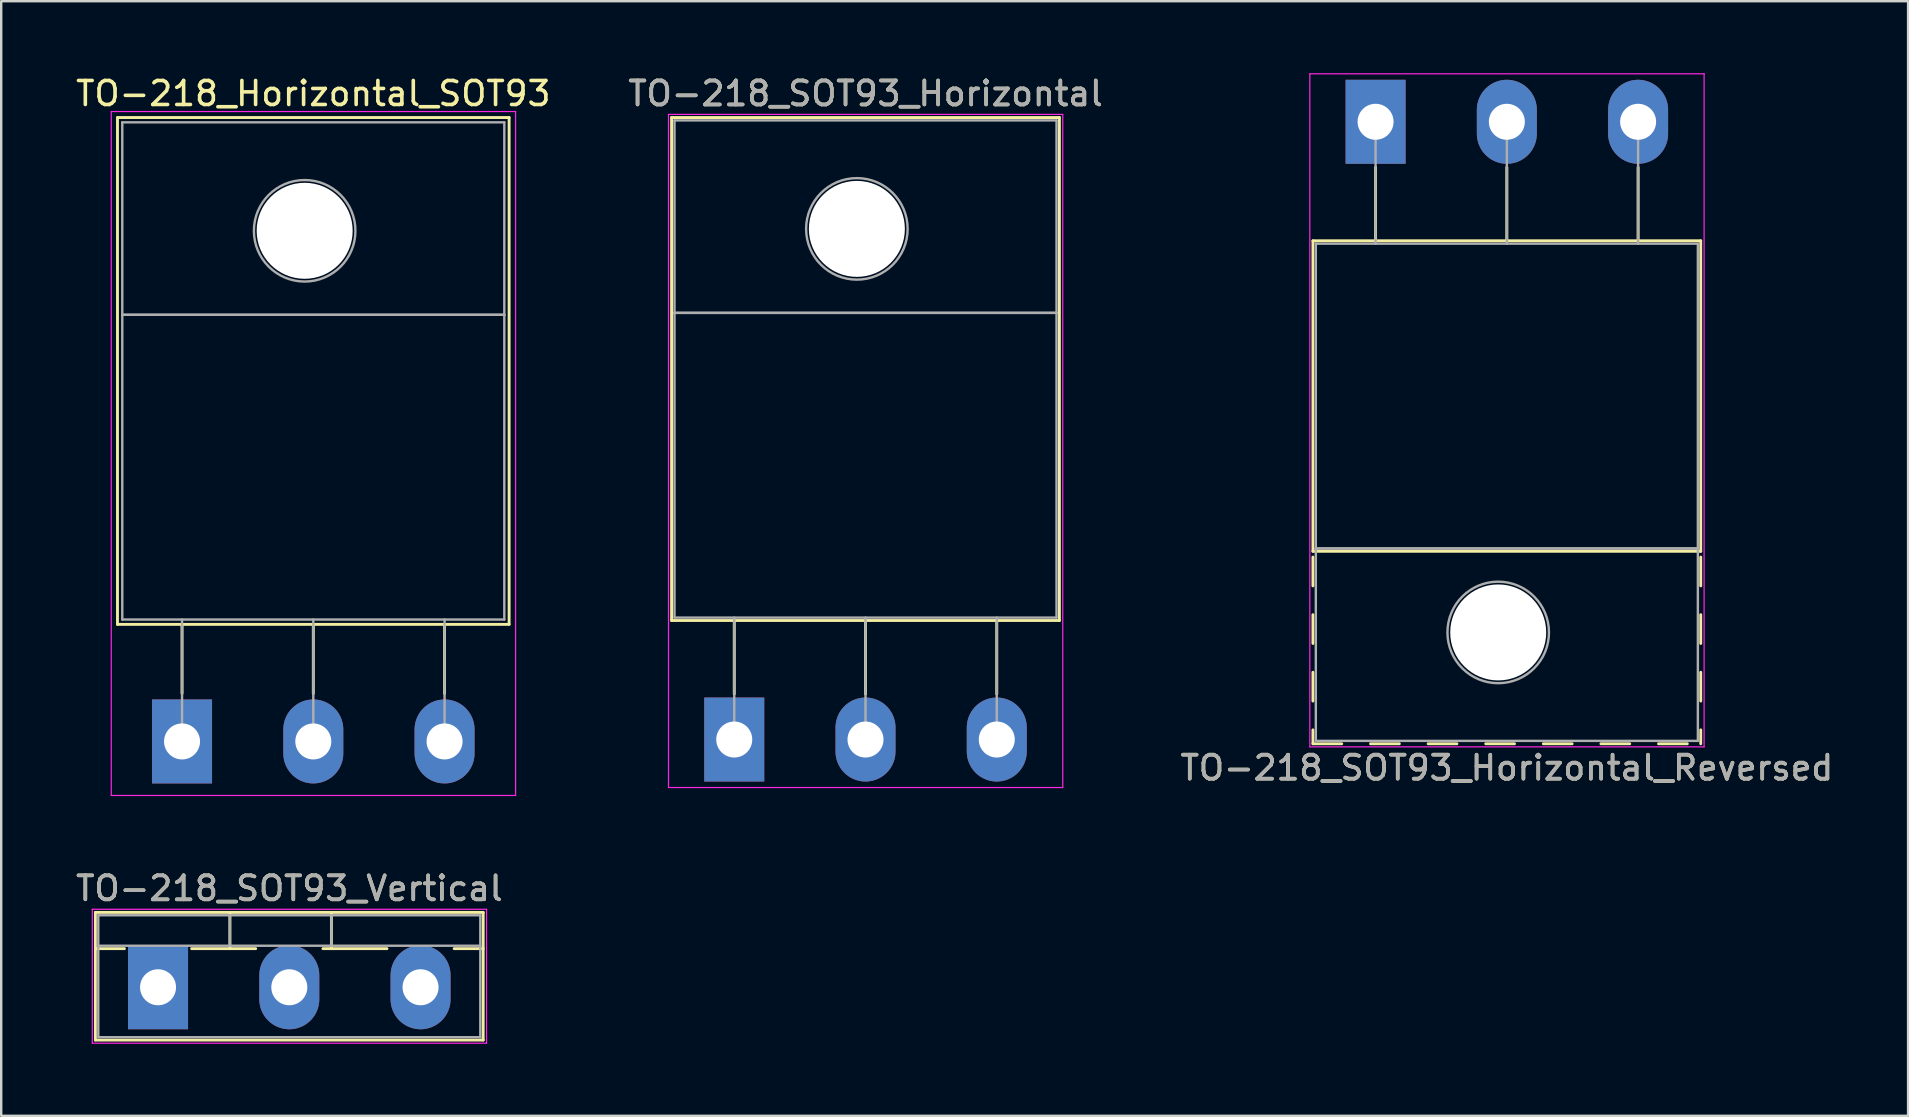
<source format=kicad_pcb>
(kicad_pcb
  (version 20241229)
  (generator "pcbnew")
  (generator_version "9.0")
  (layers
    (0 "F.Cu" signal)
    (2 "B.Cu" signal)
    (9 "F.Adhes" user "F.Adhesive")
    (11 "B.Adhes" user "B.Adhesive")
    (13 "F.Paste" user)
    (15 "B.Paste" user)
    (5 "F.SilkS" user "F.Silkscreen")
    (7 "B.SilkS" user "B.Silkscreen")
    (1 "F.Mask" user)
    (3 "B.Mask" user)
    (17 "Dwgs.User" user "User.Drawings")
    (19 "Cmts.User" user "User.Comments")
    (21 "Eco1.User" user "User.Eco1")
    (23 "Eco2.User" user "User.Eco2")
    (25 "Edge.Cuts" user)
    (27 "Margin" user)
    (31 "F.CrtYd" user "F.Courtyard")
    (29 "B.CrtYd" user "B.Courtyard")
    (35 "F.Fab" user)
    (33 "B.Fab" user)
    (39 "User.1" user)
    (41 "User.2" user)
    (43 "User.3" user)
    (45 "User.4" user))
  (footprint "TO-218_SOT93_Horizontal_Reversed"
    (layer "F.Cu")
    (at 54.274 2.025)
    (property "Reference" "TO-218_SOT93_Horizontal_Reversed" (at 5.47 26.92 0) (layer "F.SilkS") (effects (font (size 1 1) (thickness 0.15))))
    (attr through_hole)
    (fp_line (start -2.611 4.96) (end -2.611 17.9) (stroke (width 0.12) (type solid)) (layer "F.SilkS"))
    (fp_line (start -2.611 4.96) (end 13.55 4.96) (stroke (width 0.12) (type solid)) (layer "F.SilkS"))
    (fp_line (start -2.611 17.9) (end 13.55 17.9) (stroke (width 0.12) (type solid)) (layer "F.SilkS"))
    (fp_line (start -2.611 18.14) (end -2.611 19.34) (stroke (width 0.12) (type solid)) (layer "F.SilkS"))
    (fp_line (start -2.611 20.54) (end -2.611 21.74) (stroke (width 0.12) (type solid)) (layer "F.SilkS"))
    (fp_line (start -2.611 22.94) (end -2.611 24.14) (stroke (width 0.12) (type solid)) (layer "F.SilkS"))
    (fp_line (start -2.611 25.34) (end -2.611 25.92) (stroke (width 0.12) (type solid)) (layer "F.SilkS"))
    (fp_line (start -2.611 25.92) (end -1.411 25.92) (stroke (width 0.12) (type solid)) (layer "F.SilkS"))
    (fp_line (start -0.211 25.92) (end 0.99 25.92) (stroke (width 0.12) (type solid)) (layer "F.SilkS"))
    (fp_line (start 0 1.9) (end 0 4.96) (stroke (width 0.12) (type solid)) (layer "F.SilkS"))
    (fp_line (start 2.19 25.92) (end 3.39 25.92) (stroke (width 0.12) (type solid)) (layer "F.SilkS"))
    (fp_line (start 4.59 25.92) (end 5.79 25.92) (stroke (width 0.12) (type solid)) (layer "F.SilkS"))
    (fp_line (start 5.47 1.9) (end 5.47 4.96) (stroke (width 0.12) (type solid)) (layer "F.SilkS"))
    (fp_line (start 6.99 25.92) (end 8.19 25.92) (stroke (width 0.12) (type solid)) (layer "F.SilkS"))
    (fp_line (start 9.39 25.92) (end 10.59 25.92) (stroke (width 0.12) (type solid)) (layer "F.SilkS"))
    (fp_line (start 10.94 1.9) (end 10.94 4.96) (stroke (width 0.12) (type solid)) (layer "F.SilkS"))
    (fp_line (start 11.79 25.92) (end 12.99 25.92) (stroke (width 0.12) (type solid)) (layer "F.SilkS"))
    (fp_line (start 13.55 4.96) (end 13.55 17.9) (stroke (width 0.12) (type solid)) (layer "F.SilkS"))
    (fp_line (start 13.55 18.14) (end 13.55 19.34) (stroke (width 0.12) (type solid)) (layer "F.SilkS"))
    (fp_line (start 13.55 20.54) (end 13.55 21.74) (stroke (width 0.12) (type solid)) (layer "F.SilkS"))
    (fp_line (start 13.55 22.94) (end 13.55 24.14) (stroke (width 0.12) (type solid)) (layer "F.SilkS"))
    (fp_line (start 13.55 25.34) (end 13.55 25.92) (stroke (width 0.12) (type solid)) (layer "F.SilkS"))
    (fp_line (start -2.74 -2) (end -2.74 26.05) (stroke (width 0.05) (type solid)) (layer "F.CrtYd"))
    (fp_line (start -2.74 26.05) (end 13.69 26.05) (stroke (width 0.05) (type solid)) (layer "F.CrtYd"))
    (fp_line (start 13.69 -2) (end -2.74 -2) (stroke (width 0.05) (type solid)) (layer "F.CrtYd"))
    (fp_line (start 13.69 26.05) (end 13.69 -2) (stroke (width 0.05) (type solid)) (layer "F.CrtYd"))
    (fp_line (start -2.49 5.08) (end -2.49 17.78) (stroke (width 0.1) (type solid)) (layer "F.Fab"))
    (fp_line (start -2.49 17.78) (end -2.49 25.8) (stroke (width 0.1) (type solid)) (layer "F.Fab"))
    (fp_line (start -2.49 17.78) (end 13.43 17.78) (stroke (width 0.1) (type solid)) (layer "F.Fab"))
    (fp_line (start -2.49 25.8) (end 13.43 25.8) (stroke (width 0.1) (type solid)) (layer "F.Fab"))
    (fp_line (start 0 5.08) (end 0 0) (stroke (width 0.1) (type solid)) (layer "F.Fab"))
    (fp_line (start 5.47 5.08) (end 5.47 0) (stroke (width 0.1) (type solid)) (layer "F.Fab"))
    (fp_line (start 10.94 5.08) (end 10.94 0) (stroke (width 0.1) (type solid)) (layer "F.Fab"))
    (fp_line (start 13.43 5.08) (end -2.49 5.08) (stroke (width 0.1) (type solid)) (layer "F.Fab"))
    (fp_line (start 13.43 17.78) (end -2.49 17.78) (stroke (width 0.1) (type solid)) (layer "F.Fab"))
    (fp_line (start 13.43 17.78) (end 13.43 5.08) (stroke (width 0.1) (type solid)) (layer "F.Fab"))
    (fp_line (start 13.43 25.8) (end 13.43 17.78) (stroke (width 0.1) (type solid)) (layer "F.Fab"))
    (fp_circle (center 5.11 21.28) (end 7.225 21.28) (stroke (width 0.1) (type solid)) (fill no) (layer "F.Fab"))
    (fp_text user "${REFERENCE}" (at 5.47 26.92 0) (layer "F.Fab") (effects (font (size 1 1) (thickness 0.15))))
    (pad "" np_thru_hole oval (at 5.11 21.28) (size 4 4) (drill 4) (layers "*.Cu" "*.Mask"))
    (pad "1" thru_hole rect (at 0 0) (size 2.5 3.5) (drill 1.5) (layers "*.Cu" "*.Mask"))
    (pad "2" thru_hole oval (at 5.47 0) (size 2.5 3.5) (drill 1.5) (layers "*.Cu" "*.Mask"))
    (pad "3" thru_hole oval (at 10.94 0) (size 2.5 3.5) (drill 1.5) (layers "*.Cu" "*.Mask")))
  (footprint "TO-218_SOT93_Horizontal"
    (layer "F.Cu")
    (at 27.548 27.768)
    (property "Reference" "TO-218_SOT93_Horizontal" (at 5.47 -26.92 0) (layer "F.SilkS") (effects (font (size 1 1) (thickness 0.15))))
    (attr through_hole)
    (fp_line (start -2.611 -25.92) (end -2.611 -4.96) (stroke (width 0.12) (type solid)) (layer "F.SilkS"))
    (fp_line (start -2.611 -25.92) (end 13.55 -25.92) (stroke (width 0.12) (type solid)) (layer "F.SilkS"))
    (fp_line (start -2.611 -4.96) (end 13.55 -4.96) (stroke (width 0.12) (type solid)) (layer "F.SilkS"))
    (fp_line (start 0 -4.96) (end 0 -1.9) (stroke (width 0.12) (type solid)) (layer "F.SilkS"))
    (fp_line (start 5.47 -4.96) (end 5.47 -1.9) (stroke (width 0.12) (type solid)) (layer "F.SilkS"))
    (fp_line (start 10.94 -4.96) (end 10.94 -1.9) (stroke (width 0.12) (type solid)) (layer "F.SilkS"))
    (fp_line (start 13.55 -25.92) (end 13.55 -4.96) (stroke (width 0.12) (type solid)) (layer "F.SilkS"))
    (fp_line (start -2.74 -26.05) (end -2.74 2) (stroke (width 0.05) (type solid)) (layer "F.CrtYd"))
    (fp_line (start -2.74 2) (end 13.69 2) (stroke (width 0.05) (type solid)) (layer "F.CrtYd"))
    (fp_line (start 13.69 -26.05) (end -2.74 -26.05) (stroke (width 0.05) (type solid)) (layer "F.CrtYd"))
    (fp_line (start 13.69 2) (end 13.69 -26.05) (stroke (width 0.05) (type solid)) (layer "F.CrtYd"))
    (fp_line (start -2.49 -25.8) (end 13.43 -25.8) (stroke (width 0.1) (type solid)) (layer "F.Fab"))
    (fp_line (start -2.49 -17.78) (end -2.49 -25.8) (stroke (width 0.1) (type solid)) (layer "F.Fab"))
    (fp_line (start -2.49 -17.78) (end 13.43 -17.78) (stroke (width 0.1) (type solid)) (layer "F.Fab"))
    (fp_line (start -2.49 -5.08) (end -2.49 -17.78) (stroke (width 0.1) (type solid)) (layer "F.Fab"))
    (fp_line (start 0 -5.08) (end 0 0) (stroke (width 0.1) (type solid)) (layer "F.Fab"))
    (fp_line (start 5.47 -5.08) (end 5.47 0) (stroke (width 0.1) (type solid)) (layer "F.Fab"))
    (fp_line (start 10.94 -5.08) (end 10.94 0) (stroke (width 0.1) (type solid)) (layer "F.Fab"))
    (fp_line (start 13.43 -25.8) (end 13.43 -17.78) (stroke (width 0.1) (type solid)) (layer "F.Fab"))
    (fp_line (start 13.43 -17.78) (end -2.49 -17.78) (stroke (width 0.1) (type solid)) (layer "F.Fab"))
    (fp_line (start 13.43 -17.78) (end 13.43 -5.08) (stroke (width 0.1) (type solid)) (layer "F.Fab"))
    (fp_line (start 13.43 -5.08) (end -2.49 -5.08) (stroke (width 0.1) (type solid)) (layer "F.Fab"))
    (fp_circle (center 5.11 -21.28) (end 7.225 -21.28) (stroke (width 0.1) (type solid)) (fill no) (layer "F.Fab"))
    (fp_text user "${REFERENCE}" (at 5.47 -26.92 0) (layer "F.Fab") (effects (font (size 1 1) (thickness 0.15))))
    (pad "" np_thru_hole oval (at 5.11 -21.28) (size 4 4) (drill 4) (layers "*.Cu" "*.Mask"))
    (pad "1" thru_hole rect (at 0 0) (size 2.5 3.5) (drill 1.5) (layers "*.Cu" "*.Mask"))
    (pad "2" thru_hole oval (at 5.47 0) (size 2.5 3.5) (drill 1.5) (layers "*.Cu" "*.Mask"))
    (pad "3" thru_hole oval (at 10.94 0) (size 2.5 3.5) (drill 1.5) (layers "*.Cu" "*.Mask")))
  (footprint "TO-218_SOT93_Vertical"
    (layer "F.Cu")
    (at 3.536 38.092)
    (property "Reference" "TO-218_SOT93_Vertical" (at 5.47 -4.12 0) (layer "F.SilkS") (effects (font (size 1 1) (thickness 0.15))))
    (attr through_hole)
    (fp_line (start -2.611 -3.12) (end -2.611 2.2) (stroke (width 0.12) (type solid)) (layer "F.SilkS"))
    (fp_line (start -2.611 -3.12) (end 13.55 -3.12) (stroke (width 0.12) (type solid)) (layer "F.SilkS"))
    (fp_line (start -2.611 -1.61) (end -1.4 -1.61) (stroke (width 0.12) (type solid)) (layer "F.SilkS"))
    (fp_line (start -2.611 2.2) (end 13.55 2.2) (stroke (width 0.12) (type solid)) (layer "F.SilkS"))
    (fp_line (start 1.4 -1.61) (end 4.07 -1.61) (stroke (width 0.12) (type solid)) (layer "F.SilkS"))
    (fp_line (start 2.995 -3.12) (end 2.995 -1.61) (stroke (width 0.12) (type solid)) (layer "F.SilkS"))
    (fp_line (start 6.87 -1.61) (end 9.54 -1.61) (stroke (width 0.12) (type solid)) (layer "F.SilkS"))
    (fp_line (start 7.225 -3.12) (end 7.225 -1.61) (stroke (width 0.12) (type solid)) (layer "F.SilkS"))
    (fp_line (start 12.34 -1.61) (end 13.55 -1.61) (stroke (width 0.12) (type solid)) (layer "F.SilkS"))
    (fp_line (start 13.55 -3.12) (end 13.55 2.2) (stroke (width 0.12) (type solid)) (layer "F.SilkS"))
    (fp_line (start -2.74 -3.25) (end -2.74 2.33) (stroke (width 0.05) (type solid)) (layer "F.CrtYd"))
    (fp_line (start -2.74 2.33) (end 13.69 2.33) (stroke (width 0.05) (type solid)) (layer "F.CrtYd"))
    (fp_line (start 13.69 -3.25) (end -2.74 -3.25) (stroke (width 0.05) (type solid)) (layer "F.CrtYd"))
    (fp_line (start 13.69 2.33) (end 13.69 -3.25) (stroke (width 0.05) (type solid)) (layer "F.CrtYd"))
    (fp_line (start -2.49 -3) (end -2.49 2.08) (stroke (width 0.1) (type solid)) (layer "F.Fab"))
    (fp_line (start -2.49 -1.73) (end 13.43 -1.73) (stroke (width 0.1) (type solid)) (layer "F.Fab"))
    (fp_line (start -2.49 2.08) (end 13.43 2.08) (stroke (width 0.1) (type solid)) (layer "F.Fab"))
    (fp_line (start 2.995 -3) (end 2.995 -1.73) (stroke (width 0.1) (type solid)) (layer "F.Fab"))
    (fp_line (start 7.225 -3) (end 7.225 -1.73) (stroke (width 0.1) (type solid)) (layer "F.Fab"))
    (fp_line (start 13.43 -3) (end -2.49 -3) (stroke (width 0.1) (type solid)) (layer "F.Fab"))
    (fp_line (start 13.43 2.08) (end 13.43 -3) (stroke (width 0.1) (type solid)) (layer "F.Fab"))
    (fp_text user "${REFERENCE}" (at 5.47 -4.12 0) (layer "F.Fab") (effects (font (size 1 1) (thickness 0.15))))
    (pad "1" thru_hole rect (at 0 0) (size 2.5 3.5) (drill 1.5) (layers "*.Cu" "*.Mask"))
    (pad "2" thru_hole oval (at 5.47 0) (size 2.5 3.5) (drill 1.5) (layers "*.Cu" "*.Mask"))
    (pad "3" thru_hole oval (at 10.94 0) (size 2.5 3.5) (drill 1.5) (layers "*.Cu" "*.Mask")))
  (footprint "TO-218_Horizontal_SOT93"
    (layer "F.Cu")
    (at 4.536 27.848)
    (property "Reference" "TO-218_Horizontal_SOT93" (at 5.47 -27 0) (layer "F.SilkS") (effects (font (size 1 1) (thickness 0.15))))
    (attr through_hole)
    (fp_line (start -2.691 -26) (end -2.691 -4.88) (stroke (width 0.12) (type solid)) (layer "F.SilkS"))
    (fp_line (start -2.691 -26) (end 13.63 -26) (stroke (width 0.12) (type solid)) (layer "F.SilkS"))
    (fp_line (start -2.691 -4.88) (end 13.63 -4.88) (stroke (width 0.12) (type solid)) (layer "F.SilkS"))
    (fp_line (start 0 -4.88) (end 0 -2) (stroke (width 0.12) (type solid)) (layer "F.SilkS"))
    (fp_line (start 5.47 -4.88) (end 5.47 -2) (stroke (width 0.12) (type solid)) (layer "F.SilkS"))
    (fp_line (start 10.94 -4.88) (end 10.94 -2) (stroke (width 0.12) (type solid)) (layer "F.SilkS"))
    (fp_line (start 13.63 -26) (end 13.63 -4.88) (stroke (width 0.12) (type solid)) (layer "F.SilkS"))
    (fp_line (start -2.95 -26.25) (end -2.95 2.25) (stroke (width 0.05) (type solid)) (layer "F.CrtYd"))
    (fp_line (start -2.95 2.25) (end 13.9 2.25) (stroke (width 0.05) (type solid)) (layer "F.CrtYd"))
    (fp_line (start 13.9 -26.25) (end -2.95 -26.25) (stroke (width 0.05) (type solid)) (layer "F.CrtYd"))
    (fp_line (start 13.9 2.25) (end 13.9 -26.25) (stroke (width 0.05) (type solid)) (layer "F.CrtYd"))
    (fp_line (start -2.49 -25.8) (end 13.43 -25.8) (stroke (width 0.1) (type solid)) (layer "F.Fab"))
    (fp_line (start -2.49 -17.78) (end -2.49 -25.8) (stroke (width 0.1) (type solid)) (layer "F.Fab"))
    (fp_line (start -2.49 -17.78) (end 13.43 -17.78) (stroke (width 0.1) (type solid)) (layer "F.Fab"))
    (fp_line (start -2.49 -5.08) (end -2.49 -17.78) (stroke (width 0.1) (type solid)) (layer "F.Fab"))
    (fp_line (start 0 -5.08) (end 0 0) (stroke (width 0.1) (type solid)) (layer "F.Fab"))
    (fp_line (start 5.47 -5.08) (end 5.47 0) (stroke (width 0.1) (type solid)) (layer "F.Fab"))
    (fp_line (start 10.94 -5.08) (end 10.94 0) (stroke (width 0.1) (type solid)) (layer "F.Fab"))
    (fp_line (start 13.43 -25.8) (end 13.43 -17.78) (stroke (width 0.1) (type solid)) (layer "F.Fab"))
    (fp_line (start 13.43 -17.78) (end -2.49 -17.78) (stroke (width 0.1) (type solid)) (layer "F.Fab"))
    (fp_line (start 13.43 -17.78) (end 13.43 -5.08) (stroke (width 0.1) (type solid)) (layer "F.Fab"))
    (fp_line (start 13.43 -5.08) (end -2.49 -5.08) (stroke (width 0.1) (type solid)) (layer "F.Fab"))
    (fp_circle (center 5.11 -21.28) (end 7.225 -21.28) (stroke (width 0.1) (type solid)) (fill no) (layer "F.Fab"))
    (pad "" np_thru_hole oval (at 5.11 -21.28) (size 4 4) (drill 4) (layers "*.Cu" "*.Mask"))
    (pad "1" thru_hole rect (at 0 0) (size 2.5 3.5) (drill 1.5) (layers "*.Cu" "*.Mask"))
    (pad "2" thru_hole oval (at 5.47 0) (size 2.5 3.5) (drill 1.5) (layers "*.Cu" "*.Mask"))
    (pad "3" thru_hole oval (at 10.94 0) (size 2.5 3.5) (drill 1.5) (layers "*.Cu" "*.Mask")))
  (gr_rect
    (start -3 -3)
    (end 76.464 43.447)
    (stroke (width 0.1) (type default))
    (fill no)
    (layer "Edge.Cuts")))
</source>
